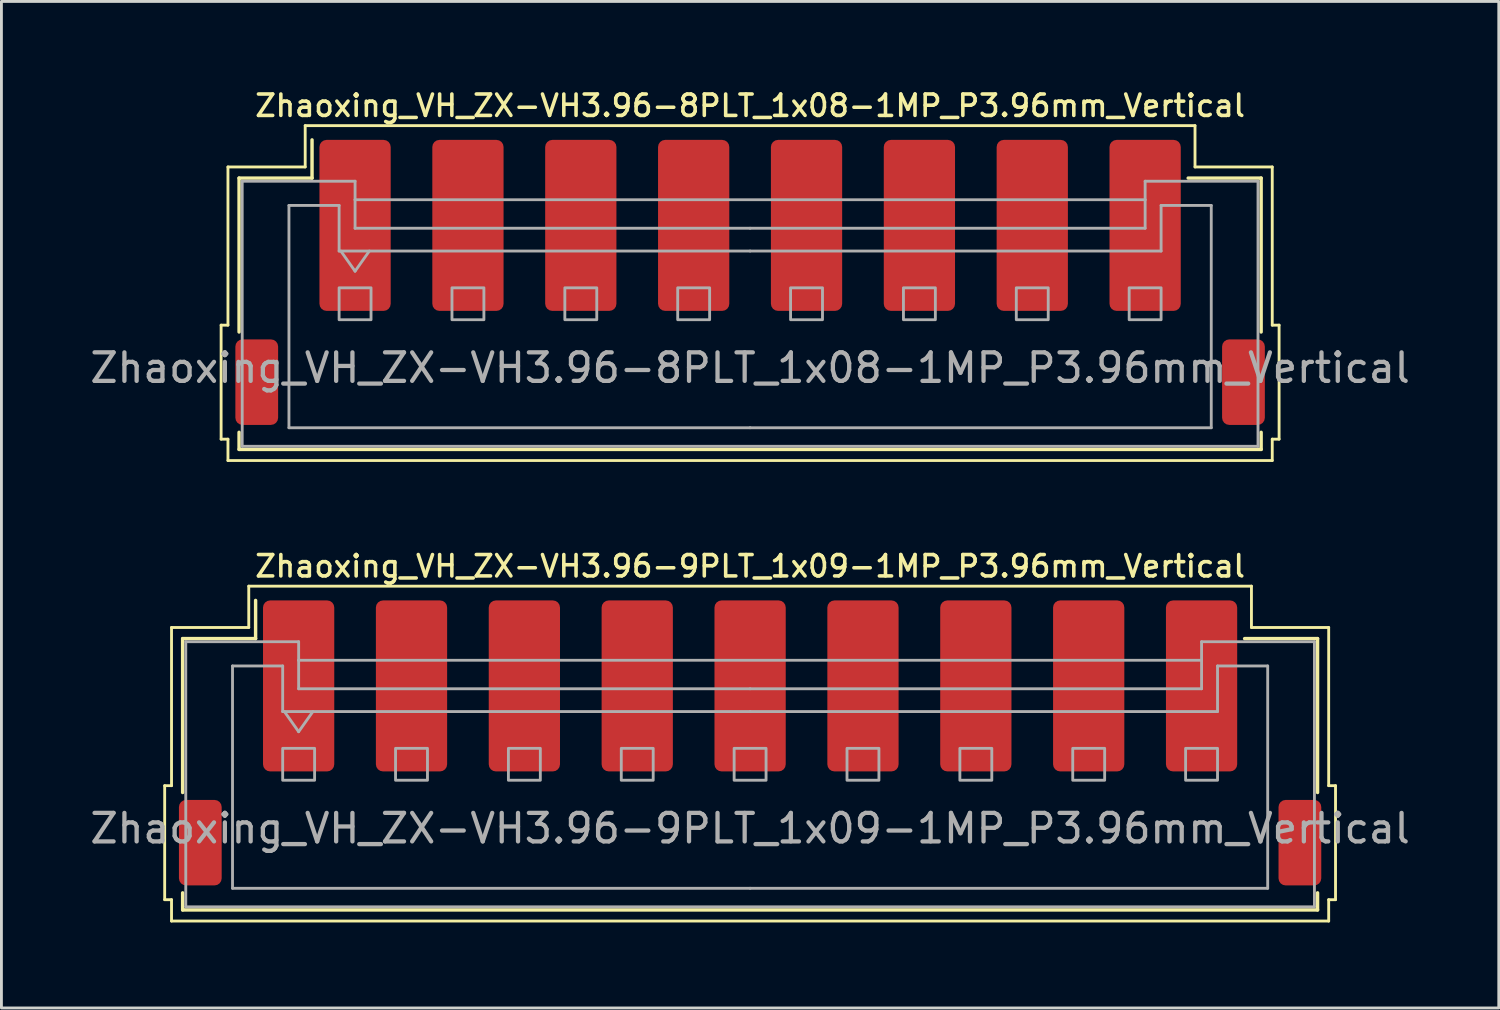
<source format=kicad_pcb>
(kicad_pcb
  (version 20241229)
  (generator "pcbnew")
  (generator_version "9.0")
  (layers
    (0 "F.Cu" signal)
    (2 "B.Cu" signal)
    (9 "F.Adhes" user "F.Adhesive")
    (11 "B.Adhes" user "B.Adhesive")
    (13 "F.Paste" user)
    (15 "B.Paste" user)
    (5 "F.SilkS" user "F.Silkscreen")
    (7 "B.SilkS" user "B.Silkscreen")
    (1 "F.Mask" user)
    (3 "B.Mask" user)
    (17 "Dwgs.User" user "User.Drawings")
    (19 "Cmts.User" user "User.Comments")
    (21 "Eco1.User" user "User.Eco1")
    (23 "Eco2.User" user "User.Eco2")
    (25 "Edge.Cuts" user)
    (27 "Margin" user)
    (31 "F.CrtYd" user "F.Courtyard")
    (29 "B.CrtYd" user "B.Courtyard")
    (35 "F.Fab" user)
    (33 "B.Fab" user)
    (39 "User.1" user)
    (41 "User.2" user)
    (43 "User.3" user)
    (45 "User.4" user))
  (footprint "Zhaoxing_VH_ZX-VH3.96-8PLT_1x08-1MP_P3.96mm_Vertical"
    (layer "F.Cu")
    (at 23.268 6.858)
    (property "Reference" "Zhaoxing_VH_ZX-VH3.96-8PLT_1x08-1MP_P3.96mm_Vertical" (at 0 -6.2 0) (layer "F.SilkS") (effects (font (size 0.75 0.75) (thickness 0.125))))
    (attr smd)
    (fp_line (start -18.56 1.5) (end -18.32 1.5) (stroke (width 0.1) (type solid)) (layer "F.SilkS"))
    (fp_line (start -18.56 5.5) (end -18.56 1.5) (stroke (width 0.1) (type solid)) (layer "F.SilkS"))
    (fp_line (start -18.32 -4.05) (end -15.61 -4.05) (stroke (width 0.1) (type solid)) (layer "F.SilkS"))
    (fp_line (start -18.32 1.5) (end -18.32 -4.05) (stroke (width 0.1) (type solid)) (layer "F.SilkS"))
    (fp_line (start -18.32 5.5) (end -18.56 5.5) (stroke (width 0.1) (type solid)) (layer "F.SilkS"))
    (fp_line (start -18.32 6.25) (end -18.32 5.5) (stroke (width 0.1) (type solid)) (layer "F.SilkS"))
    (fp_line (start -17.93 -3.66) (end -15.37 -3.66) (stroke (width 0.12) (type solid)) (layer "F.SilkS"))
    (fp_line (start -17.93 1.74) (end -17.93 -3.66) (stroke (width 0.12) (type solid)) (layer "F.SilkS"))
    (fp_line (start -17.93 5.26) (end -17.93 5.86) (stroke (width 0.12) (type solid)) (layer "F.SilkS"))
    (fp_line (start -17.93 5.86) (end 17.93 5.86) (stroke (width 0.12) (type solid)) (layer "F.SilkS"))
    (fp_line (start -15.61 -5.5) (end 15.61 -5.5) (stroke (width 0.1) (type solid)) (layer "F.SilkS"))
    (fp_line (start -15.61 -4.05) (end -15.61 -5.5) (stroke (width 0.1) (type solid)) (layer "F.SilkS"))
    (fp_line (start -15.37 -3.66) (end -15.37 -5) (stroke (width 0.12) (type solid)) (layer "F.SilkS"))
    (fp_line (start 15.61 -5.5) (end 15.61 -4.05) (stroke (width 0.1) (type solid)) (layer "F.SilkS"))
    (fp_line (start 15.61 -4.05) (end 18.32 -4.05) (stroke (width 0.1) (type solid)) (layer "F.SilkS"))
    (fp_line (start 17.93 -3.66) (end 15.37 -3.66) (stroke (width 0.12) (type solid)) (layer "F.SilkS"))
    (fp_line (start 17.93 1.74) (end 17.93 -3.66) (stroke (width 0.12) (type solid)) (layer "F.SilkS"))
    (fp_line (start 17.93 5.86) (end 17.93 5.26) (stroke (width 0.12) (type solid)) (layer "F.SilkS"))
    (fp_line (start 18.32 -4.05) (end 18.32 1.5) (stroke (width 0.1) (type solid)) (layer "F.SilkS"))
    (fp_line (start 18.32 1.5) (end 18.56 1.5) (stroke (width 0.1) (type solid)) (layer "F.SilkS"))
    (fp_line (start 18.32 5.5) (end 18.32 6.25) (stroke (width 0.1) (type solid)) (layer "F.SilkS"))
    (fp_line (start 18.32 6.25) (end -18.32 6.25) (stroke (width 0.1) (type solid)) (layer "F.SilkS"))
    (fp_line (start 18.56 1.5) (end 18.56 5.5) (stroke (width 0.1) (type solid)) (layer "F.SilkS"))
    (fp_line (start 18.56 5.5) (end 18.32 5.5) (stroke (width 0.1) (type solid)) (layer "F.SilkS"))
    (fp_line (start -17.82 -3.55) (end -17.82 5.75) (stroke (width 0.1) (type solid)) (layer "F.Fab"))
    (fp_line (start -17.82 -3.55) (end -13.86 -3.55) (stroke (width 0.1) (type solid)) (layer "F.Fab"))
    (fp_line (start -17.82 5.75) (end 17.82 5.75) (stroke (width 0.1) (type solid)) (layer "F.Fab"))
    (fp_line (start -16.18 -2.7) (end -16.18 5.1) (stroke (width 0.1) (type solid)) (layer "F.Fab"))
    (fp_line (start -16.18 5.1) (end 0 5.1) (stroke (width 0.1) (type solid)) (layer "F.Fab"))
    (fp_line (start -14.42 -2.7) (end -16.18 -2.7) (stroke (width 0.1) (type solid)) (layer "F.Fab"))
    (fp_line (start -14.42 -1.1) (end -14.42 -2.7) (stroke (width 0.1) (type solid)) (layer "F.Fab"))
    (fp_line (start -14.36 -1.1) (end -13.86 -0.393) (stroke (width 0.1) (type solid)) (layer "F.Fab"))
    (fp_line (start -13.86 -3.55) (end -13.86 -2.9) (stroke (width 0.1) (type solid)) (layer "F.Fab"))
    (fp_line (start -13.86 -2.9) (end 13.86 -2.9) (stroke (width 0.1) (type solid)) (layer "F.Fab"))
    (fp_line (start -13.86 -1.9) (end -13.86 -2.9) (stroke (width 0.1) (type solid)) (layer "F.Fab"))
    (fp_line (start -13.86 -0.393) (end -13.36 -1.1) (stroke (width 0.1) (type solid)) (layer "F.Fab"))
    (fp_line (start 0 -1.9) (end -13.86 -1.9) (stroke (width 0.1) (type solid)) (layer "F.Fab"))
    (fp_line (start 0 -1.9) (end 13.86 -1.9) (stroke (width 0.1) (type solid)) (layer "F.Fab"))
    (fp_line (start 0 -1.1) (end -14.42 -1.1) (stroke (width 0.1) (type solid)) (layer "F.Fab"))
    (fp_line (start 0 -1.1) (end 14.42 -1.1) (stroke (width 0.1) (type solid)) (layer "F.Fab"))
    (fp_line (start 13.86 -3.55) (end 17.82 -3.55) (stroke (width 0.1) (type solid)) (layer "F.Fab"))
    (fp_line (start 13.86 -2.9) (end 13.86 -3.55) (stroke (width 0.1) (type solid)) (layer "F.Fab"))
    (fp_line (start 13.86 -1.9) (end 13.86 -2.9) (stroke (width 0.1) (type solid)) (layer "F.Fab"))
    (fp_line (start 14.42 -2.7) (end 16.18 -2.7) (stroke (width 0.1) (type solid)) (layer "F.Fab"))
    (fp_line (start 14.42 -1.1) (end 14.42 -2.7) (stroke (width 0.1) (type solid)) (layer "F.Fab"))
    (fp_line (start 16.18 -2.7) (end 16.18 5.1) (stroke (width 0.1) (type solid)) (layer "F.Fab"))
    (fp_line (start 16.18 5.1) (end 0 5.1) (stroke (width 0.1) (type solid)) (layer "F.Fab"))
    (fp_line (start 17.82 -3.55) (end 17.82 5.75) (stroke (width 0.1) (type solid)) (layer "F.Fab"))
    (fp_rect (start -14.42 0.19) (end -13.3 1.31) (stroke (width 0.1) (type solid)) (fill no) (layer "F.Fab"))
    (fp_rect (start -10.46 0.19) (end -9.34 1.31) (stroke (width 0.1) (type solid)) (fill no) (layer "F.Fab"))
    (fp_rect (start -6.5 0.19) (end -5.38 1.31) (stroke (width 0.1) (type solid)) (fill no) (layer "F.Fab"))
    (fp_rect (start -2.54 0.19) (end -1.42 1.31) (stroke (width 0.1) (type solid)) (fill no) (layer "F.Fab"))
    (fp_rect (start 1.42 0.19) (end 2.54 1.31) (stroke (width 0.1) (type solid)) (fill no) (layer "F.Fab"))
    (fp_rect (start 5.38 0.19) (end 6.5 1.31) (stroke (width 0.1) (type solid)) (fill no) (layer "F.Fab"))
    (fp_rect (start 9.34 0.19) (end 10.46 1.31) (stroke (width 0.1) (type solid)) (fill no) (layer "F.Fab"))
    (fp_rect (start 13.3 0.19) (end 14.42 1.31) (stroke (width 0.1) (type solid)) (fill no) (layer "F.Fab"))
    (fp_text user "${REFERENCE}" (at 0 3 0) (layer "F.Fab") (effects (font (size 1 1) (thickness 0.15))))
    (pad "1" smd roundrect (at -13.86 -2) (size 2.5 6) (layers "F.Cu" "F.Mask" "F.Paste") (roundrect_rratio 0.1))
    (pad "2" smd roundrect (at -9.9 -2) (size 2.5 6) (layers "F.Cu" "F.Mask" "F.Paste") (roundrect_rratio 0.1))
    (pad "3" smd roundrect (at -5.94 -2) (size 2.5 6) (layers "F.Cu" "F.Mask" "F.Paste") (roundrect_rratio 0.1))
    (pad "4" smd roundrect (at -1.98 -2) (size 2.5 6) (layers "F.Cu" "F.Mask" "F.Paste") (roundrect_rratio 0.1))
    (pad "5" smd roundrect (at 1.98 -2) (size 2.5 6) (layers "F.Cu" "F.Mask" "F.Paste") (roundrect_rratio 0.1))
    (pad "6" smd roundrect (at 5.94 -2) (size 2.5 6) (layers "F.Cu" "F.Mask" "F.Paste") (roundrect_rratio 0.1))
    (pad "7" smd roundrect (at 9.9 -2) (size 2.5 6) (layers "F.Cu" "F.Mask" "F.Paste") (roundrect_rratio 0.1))
    (pad "8" smd roundrect (at 13.86 -2) (size 2.5 6) (layers "F.Cu" "F.Mask" "F.Paste") (roundrect_rratio 0.1))
    (pad "MP" smd roundrect (at -17.31 3.5) (size 1.5 3) (layers "F.Cu" "F.Mask" "F.Paste") (roundrect_rratio 0.167))
    (pad "MP" smd roundrect (at 17.31 3.5) (size 1.5 3) (layers "F.Cu" "F.Mask" "F.Paste") (roundrect_rratio 0.167)))
  (footprint "Zhaoxing_VH_ZX-VH3.96-9PLT_1x09-1MP_P3.96mm_Vertical"
    (layer "F.Cu")
    (at 23.268 23.016)
    (property "Reference" "Zhaoxing_VH_ZX-VH3.96-9PLT_1x09-1MP_P3.96mm_Vertical" (at 0 -6.2 0) (layer "F.SilkS") (effects (font (size 0.75 0.75) (thickness 0.125))))
    (attr smd)
    (fp_line (start -20.54 1.5) (end -20.3 1.5) (stroke (width 0.1) (type solid)) (layer "F.SilkS"))
    (fp_line (start -20.54 5.5) (end -20.54 1.5) (stroke (width 0.1) (type solid)) (layer "F.SilkS"))
    (fp_line (start -20.3 -4.05) (end -17.59 -4.05) (stroke (width 0.1) (type solid)) (layer "F.SilkS"))
    (fp_line (start -20.3 1.5) (end -20.3 -4.05) (stroke (width 0.1) (type solid)) (layer "F.SilkS"))
    (fp_line (start -20.3 5.5) (end -20.54 5.5) (stroke (width 0.1) (type solid)) (layer "F.SilkS"))
    (fp_line (start -20.3 6.25) (end -20.3 5.5) (stroke (width 0.1) (type solid)) (layer "F.SilkS"))
    (fp_line (start -19.91 -3.66) (end -17.35 -3.66) (stroke (width 0.12) (type solid)) (layer "F.SilkS"))
    (fp_line (start -19.91 1.74) (end -19.91 -3.66) (stroke (width 0.12) (type solid)) (layer "F.SilkS"))
    (fp_line (start -19.91 5.26) (end -19.91 5.86) (stroke (width 0.12) (type solid)) (layer "F.SilkS"))
    (fp_line (start -19.91 5.86) (end 19.91 5.86) (stroke (width 0.12) (type solid)) (layer "F.SilkS"))
    (fp_line (start -17.59 -5.5) (end 17.59 -5.5) (stroke (width 0.1) (type solid)) (layer "F.SilkS"))
    (fp_line (start -17.59 -4.05) (end -17.59 -5.5) (stroke (width 0.1) (type solid)) (layer "F.SilkS"))
    (fp_line (start -17.35 -3.66) (end -17.35 -5) (stroke (width 0.12) (type solid)) (layer "F.SilkS"))
    (fp_line (start 17.59 -5.5) (end 17.59 -4.05) (stroke (width 0.1) (type solid)) (layer "F.SilkS"))
    (fp_line (start 17.59 -4.05) (end 20.3 -4.05) (stroke (width 0.1) (type solid)) (layer "F.SilkS"))
    (fp_line (start 19.91 -3.66) (end 17.35 -3.66) (stroke (width 0.12) (type solid)) (layer "F.SilkS"))
    (fp_line (start 19.91 1.74) (end 19.91 -3.66) (stroke (width 0.12) (type solid)) (layer "F.SilkS"))
    (fp_line (start 19.91 5.86) (end 19.91 5.26) (stroke (width 0.12) (type solid)) (layer "F.SilkS"))
    (fp_line (start 20.3 -4.05) (end 20.3 1.5) (stroke (width 0.1) (type solid)) (layer "F.SilkS"))
    (fp_line (start 20.3 1.5) (end 20.54 1.5) (stroke (width 0.1) (type solid)) (layer "F.SilkS"))
    (fp_line (start 20.3 5.5) (end 20.3 6.25) (stroke (width 0.1) (type solid)) (layer "F.SilkS"))
    (fp_line (start 20.3 6.25) (end -20.3 6.25) (stroke (width 0.1) (type solid)) (layer "F.SilkS"))
    (fp_line (start 20.54 1.5) (end 20.54 5.5) (stroke (width 0.1) (type solid)) (layer "F.SilkS"))
    (fp_line (start 20.54 5.5) (end 20.3 5.5) (stroke (width 0.1) (type solid)) (layer "F.SilkS"))
    (fp_line (start -19.8 -3.55) (end -19.8 5.75) (stroke (width 0.1) (type solid)) (layer "F.Fab"))
    (fp_line (start -19.8 -3.55) (end -15.84 -3.55) (stroke (width 0.1) (type solid)) (layer "F.Fab"))
    (fp_line (start -19.8 5.75) (end 19.8 5.75) (stroke (width 0.1) (type solid)) (layer "F.Fab"))
    (fp_line (start -18.16 -2.7) (end -18.16 5.1) (stroke (width 0.1) (type solid)) (layer "F.Fab"))
    (fp_line (start -18.16 5.1) (end 0 5.1) (stroke (width 0.1) (type solid)) (layer "F.Fab"))
    (fp_line (start -16.4 -2.7) (end -18.16 -2.7) (stroke (width 0.1) (type solid)) (layer "F.Fab"))
    (fp_line (start -16.4 -1.1) (end -16.4 -2.7) (stroke (width 0.1) (type solid)) (layer "F.Fab"))
    (fp_line (start -16.34 -1.1) (end -15.84 -0.393) (stroke (width 0.1) (type solid)) (layer "F.Fab"))
    (fp_line (start -15.84 -3.55) (end -15.84 -2.9) (stroke (width 0.1) (type solid)) (layer "F.Fab"))
    (fp_line (start -15.84 -2.9) (end 15.84 -2.9) (stroke (width 0.1) (type solid)) (layer "F.Fab"))
    (fp_line (start -15.84 -1.9) (end -15.84 -2.9) (stroke (width 0.1) (type solid)) (layer "F.Fab"))
    (fp_line (start -15.84 -0.393) (end -15.34 -1.1) (stroke (width 0.1) (type solid)) (layer "F.Fab"))
    (fp_line (start 0 -1.9) (end -15.84 -1.9) (stroke (width 0.1) (type solid)) (layer "F.Fab"))
    (fp_line (start 0 -1.9) (end 15.84 -1.9) (stroke (width 0.1) (type solid)) (layer "F.Fab"))
    (fp_line (start 0 -1.1) (end -16.4 -1.1) (stroke (width 0.1) (type solid)) (layer "F.Fab"))
    (fp_line (start 0 -1.1) (end 16.4 -1.1) (stroke (width 0.1) (type solid)) (layer "F.Fab"))
    (fp_line (start 15.84 -3.55) (end 19.8 -3.55) (stroke (width 0.1) (type solid)) (layer "F.Fab"))
    (fp_line (start 15.84 -2.9) (end 15.84 -3.55) (stroke (width 0.1) (type solid)) (layer "F.Fab"))
    (fp_line (start 15.84 -1.9) (end 15.84 -2.9) (stroke (width 0.1) (type solid)) (layer "F.Fab"))
    (fp_line (start 16.4 -2.7) (end 18.16 -2.7) (stroke (width 0.1) (type solid)) (layer "F.Fab"))
    (fp_line (start 16.4 -1.1) (end 16.4 -2.7) (stroke (width 0.1) (type solid)) (layer "F.Fab"))
    (fp_line (start 18.16 -2.7) (end 18.16 5.1) (stroke (width 0.1) (type solid)) (layer "F.Fab"))
    (fp_line (start 18.16 5.1) (end 0 5.1) (stroke (width 0.1) (type solid)) (layer "F.Fab"))
    (fp_line (start 19.8 -3.55) (end 19.8 5.75) (stroke (width 0.1) (type solid)) (layer "F.Fab"))
    (fp_rect (start -16.4 0.19) (end -15.28 1.31) (stroke (width 0.1) (type solid)) (fill no) (layer "F.Fab"))
    (fp_rect (start -12.44 0.19) (end -11.32 1.31) (stroke (width 0.1) (type solid)) (fill no) (layer "F.Fab"))
    (fp_rect (start -8.48 0.19) (end -7.36 1.31) (stroke (width 0.1) (type solid)) (fill no) (layer "F.Fab"))
    (fp_rect (start -4.52 0.19) (end -3.4 1.31) (stroke (width 0.1) (type solid)) (fill no) (layer "F.Fab"))
    (fp_rect (start -0.56 0.19) (end 0.56 1.31) (stroke (width 0.1) (type solid)) (fill no) (layer "F.Fab"))
    (fp_rect (start 3.4 0.19) (end 4.52 1.31) (stroke (width 0.1) (type solid)) (fill no) (layer "F.Fab"))
    (fp_rect (start 7.36 0.19) (end 8.48 1.31) (stroke (width 0.1) (type solid)) (fill no) (layer "F.Fab"))
    (fp_rect (start 11.32 0.19) (end 12.44 1.31) (stroke (width 0.1) (type solid)) (fill no) (layer "F.Fab"))
    (fp_rect (start 15.28 0.19) (end 16.4 1.31) (stroke (width 0.1) (type solid)) (fill no) (layer "F.Fab"))
    (fp_text user "${REFERENCE}" (at 0 3 0) (layer "F.Fab") (effects (font (size 1 1) (thickness 0.15))))
    (pad "1" smd roundrect (at -15.84 -2) (size 2.5 6) (layers "F.Cu" "F.Mask" "F.Paste") (roundrect_rratio 0.1))
    (pad "2" smd roundrect (at -11.88 -2) (size 2.5 6) (layers "F.Cu" "F.Mask" "F.Paste") (roundrect_rratio 0.1))
    (pad "3" smd roundrect (at -7.92 -2) (size 2.5 6) (layers "F.Cu" "F.Mask" "F.Paste") (roundrect_rratio 0.1))
    (pad "4" smd roundrect (at -3.96 -2) (size 2.5 6) (layers "F.Cu" "F.Mask" "F.Paste") (roundrect_rratio 0.1))
    (pad "5" smd roundrect (at 0 -2) (size 2.5 6) (layers "F.Cu" "F.Mask" "F.Paste") (roundrect_rratio 0.1))
    (pad "6" smd roundrect (at 3.96 -2) (size 2.5 6) (layers "F.Cu" "F.Mask" "F.Paste") (roundrect_rratio 0.1))
    (pad "7" smd roundrect (at 7.92 -2) (size 2.5 6) (layers "F.Cu" "F.Mask" "F.Paste") (roundrect_rratio 0.1))
    (pad "8" smd roundrect (at 11.88 -2) (size 2.5 6) (layers "F.Cu" "F.Mask" "F.Paste") (roundrect_rratio 0.1))
    (pad "9" smd roundrect (at 15.84 -2) (size 2.5 6) (layers "F.Cu" "F.Mask" "F.Paste") (roundrect_rratio 0.1))
    (pad "MP" smd roundrect (at -19.29 3.5) (size 1.5 3) (layers "F.Cu" "F.Mask" "F.Paste") (roundrect_rratio 0.167))
    (pad "MP" smd roundrect (at 19.29 3.5) (size 1.5 3) (layers "F.Cu" "F.Mask" "F.Paste") (roundrect_rratio 0.167)))
  (gr_rect
    (start -3 -3)
    (end 49.536 32.316)
    (stroke (width 0.1) (type default))
    (fill no)
    (layer "Edge.Cuts")))
</source>
